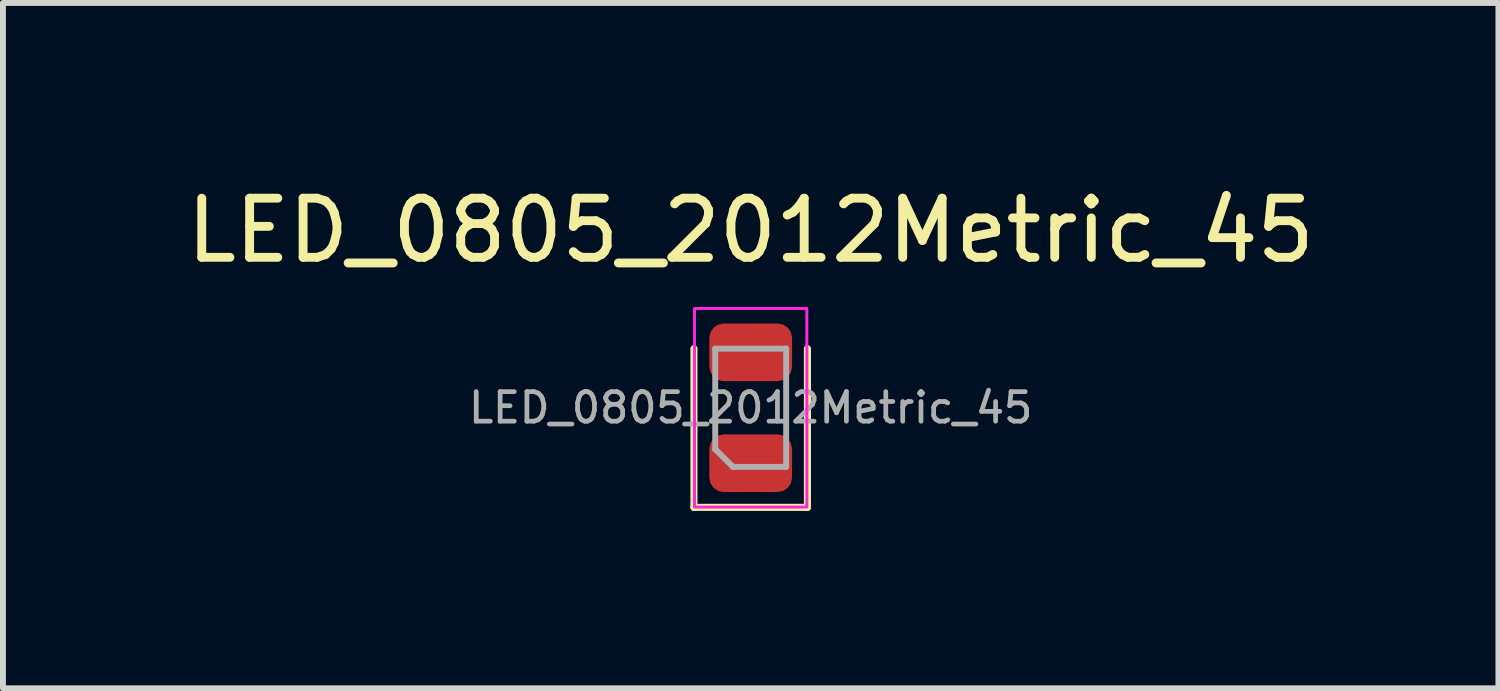
<source format=kicad_pcb>
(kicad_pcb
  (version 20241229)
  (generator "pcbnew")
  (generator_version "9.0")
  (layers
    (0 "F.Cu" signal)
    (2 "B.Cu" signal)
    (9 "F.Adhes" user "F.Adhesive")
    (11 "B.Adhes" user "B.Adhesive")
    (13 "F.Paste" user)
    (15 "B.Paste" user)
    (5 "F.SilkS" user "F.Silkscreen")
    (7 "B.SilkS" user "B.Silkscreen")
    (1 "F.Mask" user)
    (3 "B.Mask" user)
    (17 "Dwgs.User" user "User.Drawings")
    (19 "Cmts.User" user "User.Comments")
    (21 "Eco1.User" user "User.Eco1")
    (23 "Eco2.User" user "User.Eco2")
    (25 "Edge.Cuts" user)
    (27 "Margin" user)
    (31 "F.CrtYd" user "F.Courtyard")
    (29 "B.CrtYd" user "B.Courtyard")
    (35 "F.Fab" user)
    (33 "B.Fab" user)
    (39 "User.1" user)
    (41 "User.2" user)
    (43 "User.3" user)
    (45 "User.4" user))
  (footprint "LED_0805_2012Metric_45"
    (layer "F.Cu")
    (at 9.649 3.848)
    (property "Reference" "LED_0805_2012Metric_45" (at 0 -3 0) (layer "F.SilkS") (effects (font (size 1 1) (thickness 0.15))))
    (attr smd)
    (fp_line (start -0.96 -1) (end -0.96 1.685) (stroke (width 0.12) (type solid)) (layer "F.SilkS"))
    (fp_line (start -0.96 1.685) (end 0.96 1.685) (stroke (width 0.12) (type solid)) (layer "F.SilkS"))
    (fp_line (start 0.96 1.685) (end 0.96 -1) (stroke (width 0.12) (type solid)) (layer "F.SilkS"))
    (fp_rect (start -0.95 -1.68) (end 0.95 1.68) (stroke (width 0.05) (type solid)) (fill no) (layer "F.CrtYd"))
    (fp_line (start -0.6 -1) (end -0.6 0.7) (stroke (width 0.1) (type solid)) (layer "F.Fab"))
    (fp_line (start -0.6 0.7) (end -0.3 1) (stroke (width 0.1) (type solid)) (layer "F.Fab"))
    (fp_line (start -0.3 1) (end 0.6 1) (stroke (width 0.1) (type solid)) (layer "F.Fab"))
    (fp_line (start 0.6 -1) (end -0.6 -1) (stroke (width 0.1) (type solid)) (layer "F.Fab"))
    (fp_line (start 0.6 1) (end 0.6 -1) (stroke (width 0.1) (type solid)) (layer "F.Fab"))
    (fp_text user "${REFERENCE}" (at 0 0 180) (layer "F.Fab") (effects (font (size 0.5 0.5) (thickness 0.08))))
    (pad "1" smd roundrect (at 0 0.938 90) (size 0.975 1.4) (layers "F.Cu" "F.Mask" "F.Paste") (roundrect_rratio 0.25))
    (pad "2" smd roundrect (at 0 -0.938 90) (size 0.975 1.4) (layers "F.Cu" "F.Mask" "F.Paste") (roundrect_rratio 0.25)))
  (gr_rect
    (start -3 -3)
    (end 22.298 8.593)
    (stroke (width 0.1) (type default))
    (fill no)
    (layer "Edge.Cuts")))
</source>
